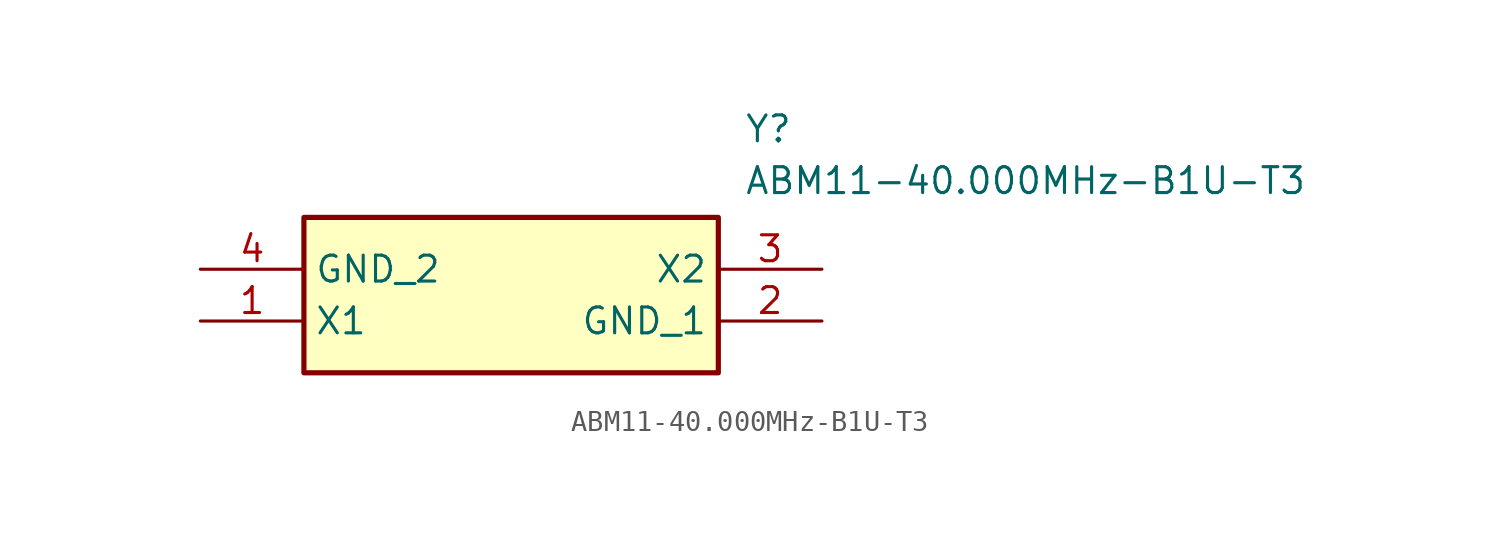
<source format=kicad_sym>
(kicad_symbol_lib
  (version 20211014)
  (generator SamacSys_ECAD_Model)
  (symbol "ABM11-40.000MHz-B1U-T3"
    (property "Reference" "Y"
      (at 26.67 7.62 0)
      (effects (font (size 1.27 1.27)) (justify left top)))
    (property "Value" "ABM11-40.000MHz-B1U-T3"
      (at 26.67 5.08 0)
      (effects (font (size 1.27 1.27)) (justify left top)))
    (rectangle
      (start 5.08 2.54)
      (end 25.4 -5.08)
      (stroke (width 0.254) (type default))
      (fill (type background)))
    (pin passive line
      (at 0 -2.54 0)
      (length 5.08)
      (name "X1" (effects (font (size 1.27 1.27))))
      (number "1" (effects (font (size 1.27 1.27)))))
    (pin passive line
      (at 30.48 -2.54 180)
      (length 5.08)
      (name "GND_1" (effects (font (size 1.27 1.27))))
      (number "2" (effects (font (size 1.27 1.27)))))
    (pin passive line
      (at 30.48 0 180)
      (length 5.08)
      (name "X2" (effects (font (size 1.27 1.27))))
      (number "3" (effects (font (size 1.27 1.27)))))
    (pin passive line
      (at 0 0 0)
      (length 5.08)
      (name "GND_2" (effects (font (size 1.27 1.27))))
      (number "4" (effects (font (size 1.27 1.27)))))))
</source>
